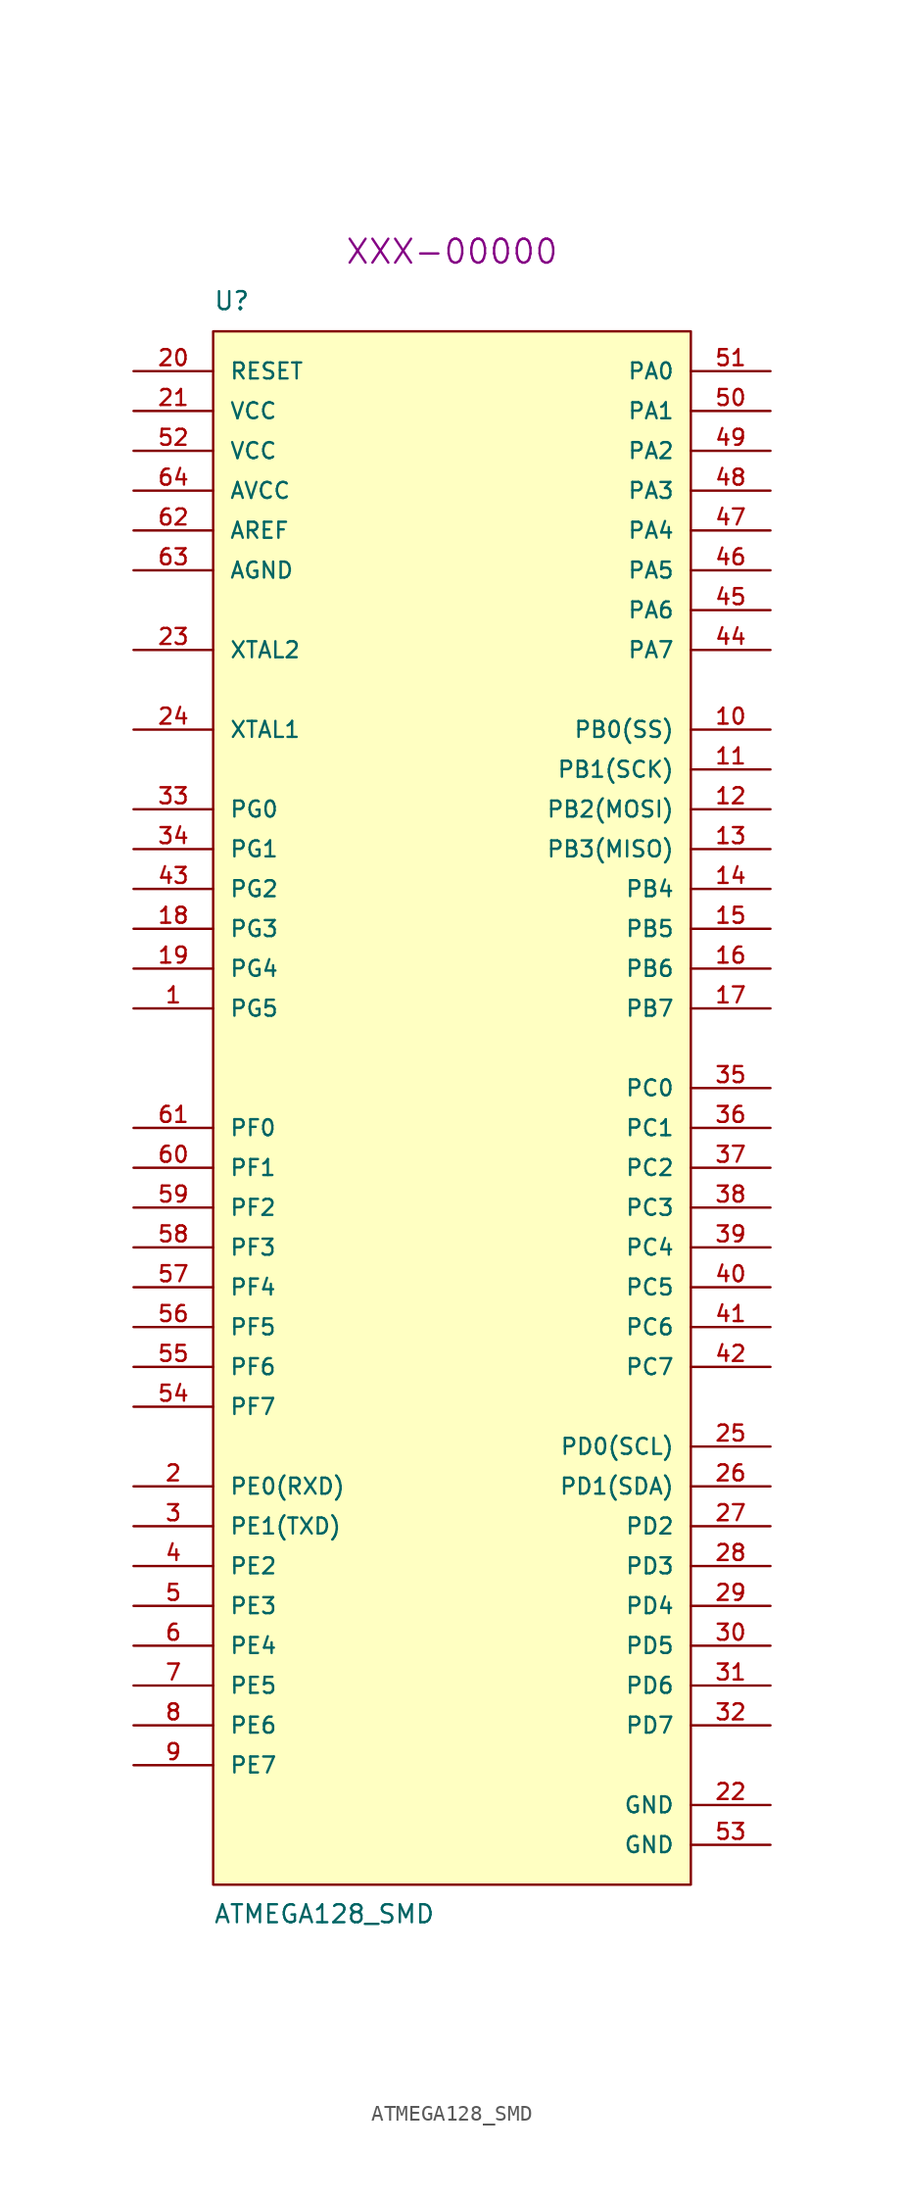
<source format=kicad_sym>
(kicad_symbol_lib
  (version 20220914)
  (generator kicad_symbol_editor)
  (symbol "ATMEGA128_SMD"
    (pin_names
      (offset 1.016))
    (property "Reference" "U"
      (at -15.24 50.8 0)
      (effects (font (size 1.143 1.143)) (justify left bottom)))
    (property "Value" "ATMEGA128_SMD"
      (at -15.24 -52.07 0)
      (effects (font (size 1.143 1.143)) (justify left bottom)))
    (property "Field4" "XXX-00000"
      (at 0 54.61 0)
      (effects (font (size 1.524 1.524))))
    (property "ki_locked" ""
      (at 0 0 0)
      (effects (font (size 1.27 1.27))))
    (symbol "ATMEGA128_SMD_1_1"
      (polyline (pts (xy -15.24 49.53) (xy -15.24 -49.53) (xy 15.24 -49.53) (xy 15.24 49.53) (xy -15.24 49.53)) (stroke (width 0) (type solid)) (fill (type background)))
      (pin bidirectional line (at -20.32 6.35 0) (length 5.08) (name "PG5" (effects (font (size 1.016 1.016)))) (number "1" (effects (font (size 1.016 1.016)))))
      (pin bidirectional line (at 20.32 24.13 180) (length 5.08) (name "PB0(SS)" (effects (font (size 1.016 1.016)))) (number "10" (effects (font (size 1.016 1.016)))))
      (pin bidirectional line (at 20.32 21.59 180) (length 5.08) (name "PB1(SCK)" (effects (font (size 1.016 1.016)))) (number "11" (effects (font (size 1.016 1.016)))))
      (pin bidirectional line (at 20.32 19.05 180) (length 5.08) (name "PB2(MOSI)" (effects (font (size 1.016 1.016)))) (number "12" (effects (font (size 1.016 1.016)))))
      (pin bidirectional line (at 20.32 16.51 180) (length 5.08) (name "PB3(MISO)" (effects (font (size 1.016 1.016)))) (number "13" (effects (font (size 1.016 1.016)))))
      (pin bidirectional line (at 20.32 13.97 180) (length 5.08) (name "PB4" (effects (font (size 1.016 1.016)))) (number "14" (effects (font (size 1.016 1.016)))))
      (pin bidirectional line (at 20.32 11.43 180) (length 5.08) (name "PB5" (effects (font (size 1.016 1.016)))) (number "15" (effects (font (size 1.016 1.016)))))
      (pin bidirectional line (at 20.32 8.89 180) (length 5.08) (name "PB6" (effects (font (size 1.016 1.016)))) (number "16" (effects (font (size 1.016 1.016)))))
      (pin bidirectional line (at 20.32 6.35 180) (length 5.08) (name "PB7" (effects (font (size 1.016 1.016)))) (number "17" (effects (font (size 1.016 1.016)))))
      (pin bidirectional line (at -20.32 11.43 0) (length 5.08) (name "PG3" (effects (font (size 1.016 1.016)))) (number "18" (effects (font (size 1.016 1.016)))))
      (pin bidirectional line (at -20.32 8.89 0) (length 5.08) (name "PG4" (effects (font (size 1.016 1.016)))) (number "19" (effects (font (size 1.016 1.016)))))
      (pin bidirectional line (at -20.32 -24.13 0) (length 5.08) (name "PE0(RXD)" (effects (font (size 1.016 1.016)))) (number "2" (effects (font (size 1.016 1.016)))))
      (pin bidirectional line (at -20.32 46.99 0) (length 5.08) (name "RESET" (effects (font (size 1.016 1.016)))) (number "20" (effects (font (size 1.016 1.016)))))
      (pin bidirectional line (at -20.32 44.45 0) (length 5.08) (name "VCC" (effects (font (size 1.016 1.016)))) (number "21" (effects (font (size 1.016 1.016)))))
      (pin bidirectional line (at 20.32 -44.45 180) (length 5.08) (name "GND" (effects (font (size 1.016 1.016)))) (number "22" (effects (font (size 1.016 1.016)))))
      (pin bidirectional line (at -20.32 29.21 0) (length 5.08) (name "XTAL2" (effects (font (size 1.016 1.016)))) (number "23" (effects (font (size 1.016 1.016)))))
      (pin bidirectional line (at -20.32 24.13 0) (length 5.08) (name "XTAL1" (effects (font (size 1.016 1.016)))) (number "24" (effects (font (size 1.016 1.016)))))
      (pin bidirectional line (at 20.32 -21.59 180) (length 5.08) (name "PD0(SCL)" (effects (font (size 1.016 1.016)))) (number "25" (effects (font (size 1.016 1.016)))))
      (pin bidirectional line (at 20.32 -24.13 180) (length 5.08) (name "PD1(SDA)" (effects (font (size 1.016 1.016)))) (number "26" (effects (font (size 1.016 1.016)))))
      (pin bidirectional line (at 20.32 -26.67 180) (length 5.08) (name "PD2" (effects (font (size 1.016 1.016)))) (number "27" (effects (font (size 1.016 1.016)))))
      (pin bidirectional line (at 20.32 -29.21 180) (length 5.08) (name "PD3" (effects (font (size 1.016 1.016)))) (number "28" (effects (font (size 1.016 1.016)))))
      (pin bidirectional line (at 20.32 -31.75 180) (length 5.08) (name "PD4" (effects (font (size 1.016 1.016)))) (number "29" (effects (font (size 1.016 1.016)))))
      (pin bidirectional line (at -20.32 -26.67 0) (length 5.08) (name "PE1(TXD)" (effects (font (size 1.016 1.016)))) (number "3" (effects (font (size 1.016 1.016)))))
      (pin bidirectional line (at 20.32 -34.29 180) (length 5.08) (name "PD5" (effects (font (size 1.016 1.016)))) (number "30" (effects (font (size 1.016 1.016)))))
      (pin bidirectional line (at 20.32 -36.83 180) (length 5.08) (name "PD6" (effects (font (size 1.016 1.016)))) (number "31" (effects (font (size 1.016 1.016)))))
      (pin bidirectional line (at 20.32 -39.37 180) (length 5.08) (name "PD7" (effects (font (size 1.016 1.016)))) (number "32" (effects (font (size 1.016 1.016)))))
      (pin bidirectional line (at -20.32 19.05 0) (length 5.08) (name "PG0" (effects (font (size 1.016 1.016)))) (number "33" (effects (font (size 1.016 1.016)))))
      (pin bidirectional line (at -20.32 16.51 0) (length 5.08) (name "PG1" (effects (font (size 1.016 1.016)))) (number "34" (effects (font (size 1.016 1.016)))))
      (pin bidirectional line (at 20.32 1.27 180) (length 5.08) (name "PC0" (effects (font (size 1.016 1.016)))) (number "35" (effects (font (size 1.016 1.016)))))
      (pin bidirectional line (at 20.32 -1.27 180) (length 5.08) (name "PC1" (effects (font (size 1.016 1.016)))) (number "36" (effects (font (size 1.016 1.016)))))
      (pin bidirectional line (at 20.32 -3.81 180) (length 5.08) (name "PC2" (effects (font (size 1.016 1.016)))) (number "37" (effects (font (size 1.016 1.016)))))
      (pin bidirectional line (at 20.32 -6.35 180) (length 5.08) (name "PC3" (effects (font (size 1.016 1.016)))) (number "38" (effects (font (size 1.016 1.016)))))
      (pin bidirectional line (at 20.32 -8.89 180) (length 5.08) (name "PC4" (effects (font (size 1.016 1.016)))) (number "39" (effects (font (size 1.016 1.016)))))
      (pin bidirectional line (at -20.32 -29.21 0) (length 5.08) (name "PE2" (effects (font (size 1.016 1.016)))) (number "4" (effects (font (size 1.016 1.016)))))
      (pin bidirectional line (at 20.32 -11.43 180) (length 5.08) (name "PC5" (effects (font (size 1.016 1.016)))) (number "40" (effects (font (size 1.016 1.016)))))
      (pin bidirectional line (at 20.32 -13.97 180) (length 5.08) (name "PC6" (effects (font (size 1.016 1.016)))) (number "41" (effects (font (size 1.016 1.016)))))
      (pin bidirectional line (at 20.32 -16.51 180) (length 5.08) (name "PC7" (effects (font (size 1.016 1.016)))) (number "42" (effects (font (size 1.016 1.016)))))
      (pin bidirectional line (at -20.32 13.97 0) (length 5.08) (name "PG2" (effects (font (size 1.016 1.016)))) (number "43" (effects (font (size 1.016 1.016)))))
      (pin bidirectional line (at 20.32 29.21 180) (length 5.08) (name "PA7" (effects (font (size 1.016 1.016)))) (number "44" (effects (font (size 1.016 1.016)))))
      (pin bidirectional line (at 20.32 31.75 180) (length 5.08) (name "PA6" (effects (font (size 1.016 1.016)))) (number "45" (effects (font (size 1.016 1.016)))))
      (pin bidirectional line (at 20.32 34.29 180) (length 5.08) (name "PA5" (effects (font (size 1.016 1.016)))) (number "46" (effects (font (size 1.016 1.016)))))
      (pin bidirectional line (at 20.32 36.83 180) (length 5.08) (name "PA4" (effects (font (size 1.016 1.016)))) (number "47" (effects (font (size 1.016 1.016)))))
      (pin bidirectional line (at 20.32 39.37 180) (length 5.08) (name "PA3" (effects (font (size 1.016 1.016)))) (number "48" (effects (font (size 1.016 1.016)))))
      (pin bidirectional line (at 20.32 41.91 180) (length 5.08) (name "PA2" (effects (font (size 1.016 1.016)))) (number "49" (effects (font (size 1.016 1.016)))))
      (pin bidirectional line (at -20.32 -31.75 0) (length 5.08) (name "PE3" (effects (font (size 1.016 1.016)))) (number "5" (effects (font (size 1.016 1.016)))))
      (pin bidirectional line (at 20.32 44.45 180) (length 5.08) (name "PA1" (effects (font (size 1.016 1.016)))) (number "50" (effects (font (size 1.016 1.016)))))
      (pin bidirectional line (at 20.32 46.99 180) (length 5.08) (name "PA0" (effects (font (size 1.016 1.016)))) (number "51" (effects (font (size 1.016 1.016)))))
      (pin bidirectional line (at -20.32 41.91 0) (length 5.08) (name "VCC" (effects (font (size 1.016 1.016)))) (number "52" (effects (font (size 1.016 1.016)))))
      (pin bidirectional line (at 20.32 -46.99 180) (length 5.08) (name "GND" (effects (font (size 1.016 1.016)))) (number "53" (effects (font (size 1.016 1.016)))))
      (pin bidirectional line (at -20.32 -19.05 0) (length 5.08) (name "PF7" (effects (font (size 1.016 1.016)))) (number "54" (effects (font (size 1.016 1.016)))))
      (pin bidirectional line (at -20.32 -16.51 0) (length 5.08) (name "PF6" (effects (font (size 1.016 1.016)))) (number "55" (effects (font (size 1.016 1.016)))))
      (pin bidirectional line (at -20.32 -13.97 0) (length 5.08) (name "PF5" (effects (font (size 1.016 1.016)))) (number "56" (effects (font (size 1.016 1.016)))))
      (pin bidirectional line (at -20.32 -11.43 0) (length 5.08) (name "PF4" (effects (font (size 1.016 1.016)))) (number "57" (effects (font (size 1.016 1.016)))))
      (pin bidirectional line (at -20.32 -8.89 0) (length 5.08) (name "PF3" (effects (font (size 1.016 1.016)))) (number "58" (effects (font (size 1.016 1.016)))))
      (pin bidirectional line (at -20.32 -6.35 0) (length 5.08) (name "PF2" (effects (font (size 1.016 1.016)))) (number "59" (effects (font (size 1.016 1.016)))))
      (pin bidirectional line (at -20.32 -34.29 0) (length 5.08) (name "PE4" (effects (font (size 1.016 1.016)))) (number "6" (effects (font (size 1.016 1.016)))))
      (pin bidirectional line (at -20.32 -3.81 0) (length 5.08) (name "PF1" (effects (font (size 1.016 1.016)))) (number "60" (effects (font (size 1.016 1.016)))))
      (pin bidirectional line (at -20.32 -1.27 0) (length 5.08) (name "PF0" (effects (font (size 1.016 1.016)))) (number "61" (effects (font (size 1.016 1.016)))))
      (pin bidirectional line (at -20.32 36.83 0) (length 5.08) (name "AREF" (effects (font (size 1.016 1.016)))) (number "62" (effects (font (size 1.016 1.016)))))
      (pin bidirectional line (at -20.32 34.29 0) (length 5.08) (name "AGND" (effects (font (size 1.016 1.016)))) (number "63" (effects (font (size 1.016 1.016)))))
      (pin bidirectional line (at -20.32 39.37 0) (length 5.08) (name "AVCC" (effects (font (size 1.016 1.016)))) (number "64" (effects (font (size 1.016 1.016)))))
      (pin bidirectional line (at -20.32 -36.83 0) (length 5.08) (name "PE5" (effects (font (size 1.016 1.016)))) (number "7" (effects (font (size 1.016 1.016)))))
      (pin bidirectional line (at -20.32 -39.37 0) (length 5.08) (name "PE6" (effects (font (size 1.016 1.016)))) (number "8" (effects (font (size 1.016 1.016)))))
      (pin bidirectional line (at -20.32 -41.91 0) (length 5.08) (name "PE7" (effects (font (size 1.016 1.016)))) (number "9" (effects (font (size 1.016 1.016))))))))
</source>
